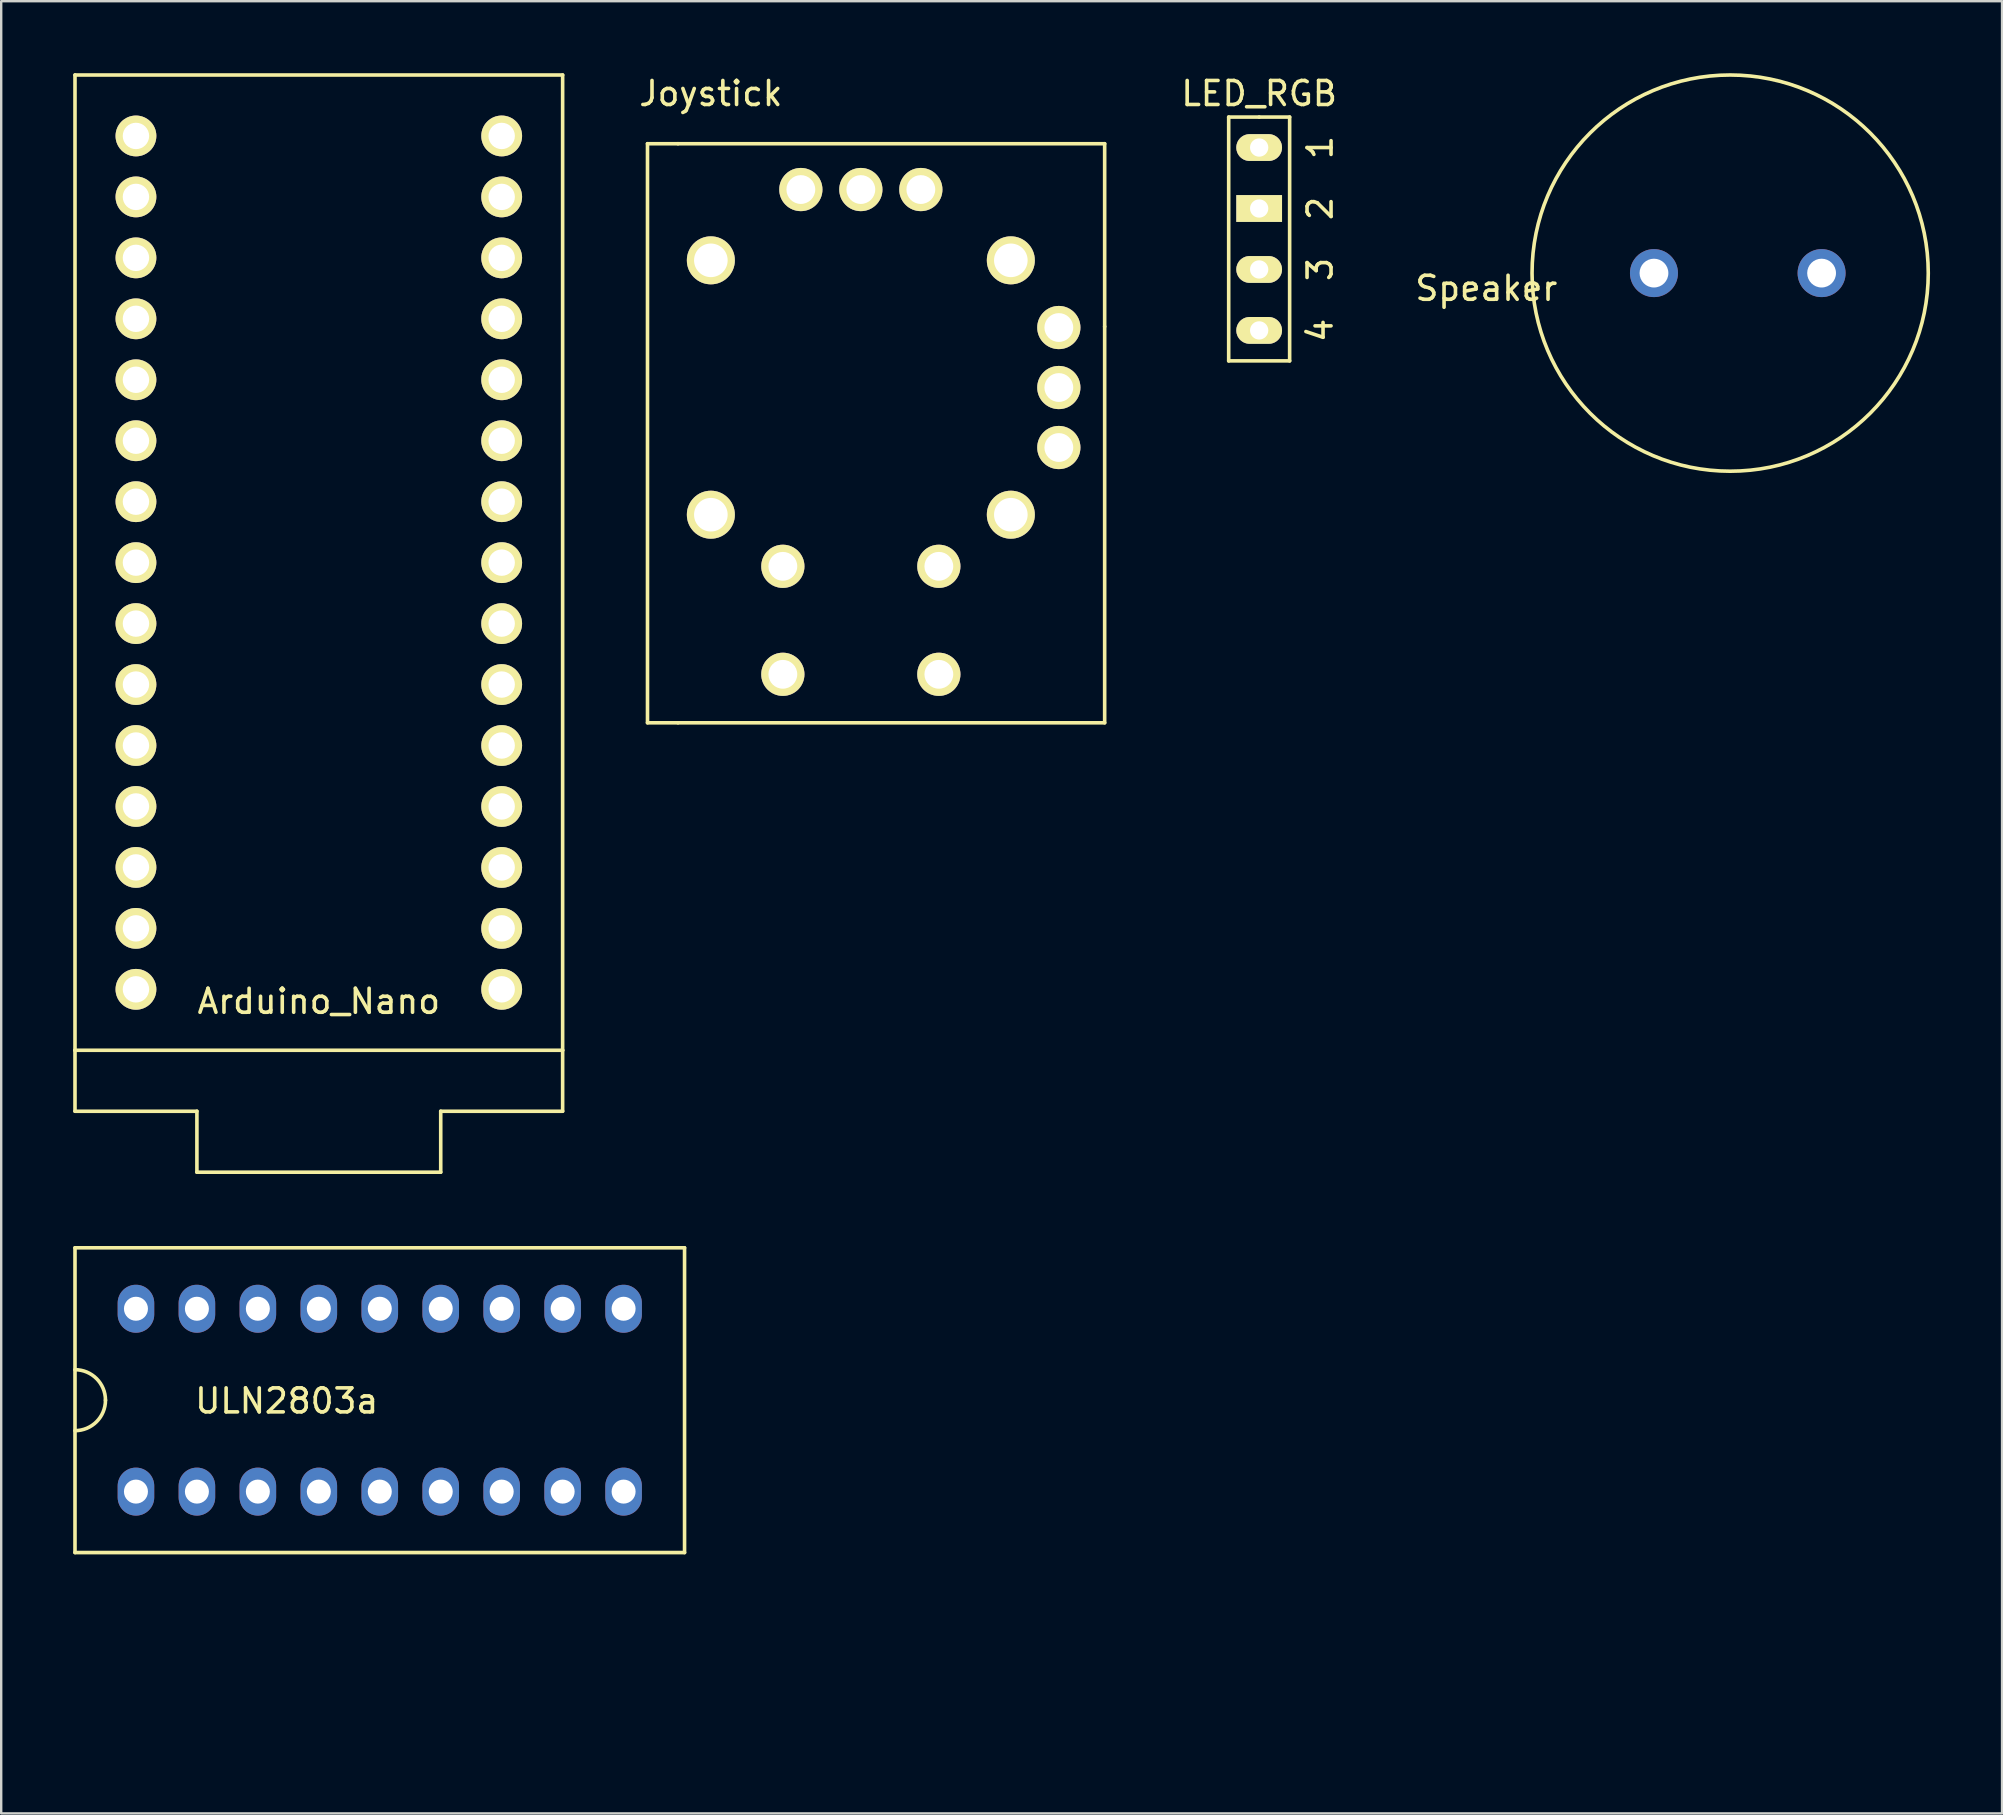
<source format=kicad_pcb>
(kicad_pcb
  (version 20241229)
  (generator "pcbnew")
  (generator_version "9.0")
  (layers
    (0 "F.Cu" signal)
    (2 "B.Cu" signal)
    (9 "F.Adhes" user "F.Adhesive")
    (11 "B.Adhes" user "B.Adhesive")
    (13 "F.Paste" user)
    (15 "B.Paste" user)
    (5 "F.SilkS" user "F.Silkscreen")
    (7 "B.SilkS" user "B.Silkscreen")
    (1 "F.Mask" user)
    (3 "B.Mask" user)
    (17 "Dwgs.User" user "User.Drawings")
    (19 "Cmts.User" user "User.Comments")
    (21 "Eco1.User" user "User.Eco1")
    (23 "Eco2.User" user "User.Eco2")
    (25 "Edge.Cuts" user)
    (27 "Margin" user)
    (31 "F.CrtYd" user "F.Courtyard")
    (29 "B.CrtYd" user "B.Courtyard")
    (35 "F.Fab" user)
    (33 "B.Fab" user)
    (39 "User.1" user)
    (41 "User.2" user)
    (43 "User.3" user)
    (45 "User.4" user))
  (footprint "Arduino_Nano"
    (layer "F.Cu")
    (at 10.235 38.175)
    (property "Reference" "Arduino_Nano" (at 0 0.5 0) (layer "F.SilkS") (effects (font (size 1 1) (thickness 0.15))))
    (attr through_hole)
    (fp_line (start -10.16 -38.1) (end -10.16 2.54) (stroke (width 0.15) (type solid)) (layer "F.SilkS"))
    (fp_line (start -10.16 2.54) (end -10.16 5.08) (stroke (width 0.15) (type solid)) (layer "F.SilkS"))
    (fp_line (start -10.16 2.54) (end 10.16 2.54) (stroke (width 0.15) (type solid)) (layer "F.SilkS"))
    (fp_line (start -10.16 5.08) (end -5.08 5.08) (stroke (width 0.15) (type solid)) (layer "F.SilkS"))
    (fp_line (start -5.08 5.08) (end -5.08 7.62) (stroke (width 0.15) (type solid)) (layer "F.SilkS"))
    (fp_line (start -5.08 7.62) (end 5.08 7.62) (stroke (width 0.15) (type solid)) (layer "F.SilkS"))
    (fp_line (start 5.08 5.08) (end 10.16 5.08) (stroke (width 0.15) (type solid)) (layer "F.SilkS"))
    (fp_line (start 5.08 7.62) (end 5.08 5.08) (stroke (width 0.15) (type solid)) (layer "F.SilkS"))
    (fp_line (start 10.16 -38.1) (end -10.16 -38.1) (stroke (width 0.15) (type solid)) (layer "F.SilkS"))
    (fp_line (start 10.16 2.54) (end 10.16 -38.1) (stroke (width 0.15) (type solid)) (layer "F.SilkS"))
    (fp_line (start 10.16 5.08) (end 10.16 2.54) (stroke (width 0.15) (type solid)) (layer "F.SilkS"))
    (pad "1" thru_hole circle (at -7.62 -35.56) (size 1.7 1.7) (drill 1.1) (layers "*.Cu" "*.Mask" "F.SilkS"))
    (pad "2" thru_hole circle (at -7.62 -33.02) (size 1.7 1.7) (drill 1.1) (layers "*.Cu" "*.Mask" "F.SilkS"))
    (pad "3" thru_hole circle (at -7.62 -30.48) (size 1.7 1.7) (drill 1.1) (layers "*.Cu" "*.Mask" "F.SilkS"))
    (pad "4" thru_hole circle (at -7.62 -27.94) (size 1.7 1.7) (drill 1.1) (layers "*.Cu" "*.Mask" "F.SilkS"))
    (pad "5" thru_hole circle (at -7.62 -25.4) (size 1.7 1.7) (drill 1.1) (layers "*.Cu" "*.Mask" "F.SilkS"))
    (pad "6" thru_hole circle (at -7.62 -22.86) (size 1.7 1.7) (drill 1.1) (layers "*.Cu" "*.Mask" "F.SilkS"))
    (pad "7" thru_hole circle (at -7.62 -20.32) (size 1.7 1.7) (drill 1.1) (layers "*.Cu" "*.Mask" "F.SilkS"))
    (pad "8" thru_hole circle (at -7.62 -17.78) (size 1.7 1.7) (drill 1.1) (layers "*.Cu" "*.Mask" "F.SilkS"))
    (pad "9" thru_hole circle (at -7.62 -15.24) (size 1.7 1.7) (drill 1.1) (layers "*.Cu" "*.Mask" "F.SilkS"))
    (pad "10" thru_hole circle (at -7.62 -12.7) (size 1.7 1.7) (drill 1.1) (layers "*.Cu" "*.Mask" "F.SilkS"))
    (pad "11" thru_hole circle (at -7.62 -10.16) (size 1.7 1.7) (drill 1.1) (layers "*.Cu" "*.Mask" "F.SilkS"))
    (pad "12" thru_hole circle (at -7.62 -7.62) (size 1.7 1.7) (drill 1.1) (layers "*.Cu" "*.Mask" "F.SilkS"))
    (pad "13" thru_hole circle (at -7.62 -5.08) (size 1.7 1.7) (drill 1.1) (layers "*.Cu" "*.Mask" "F.SilkS"))
    (pad "14" thru_hole circle (at -7.62 -2.54) (size 1.7 1.7) (drill 1.1) (layers "*.Cu" "*.Mask" "F.SilkS"))
    (pad "15" thru_hole circle (at -7.62 0) (size 1.7 1.7) (drill 1.1) (layers "*.Cu" "*.Mask" "F.SilkS"))
    (pad "16" thru_hole circle (at 7.62 0) (size 1.7 1.7) (drill 1.1) (layers "*.Cu" "*.Mask" "F.SilkS"))
    (pad "17" thru_hole circle (at 7.62 -2.54) (size 1.7 1.7) (drill 1.1) (layers "*.Cu" "*.Mask" "F.SilkS"))
    (pad "18" thru_hole circle (at 7.62 -5.08) (size 1.7 1.7) (drill 1.1) (layers "*.Cu" "*.Mask" "F.SilkS"))
    (pad "19" thru_hole circle (at 7.62 -7.62) (size 1.7 1.7) (drill 1.1) (layers "*.Cu" "*.Mask" "F.SilkS"))
    (pad "20" thru_hole circle (at 7.62 -10.16) (size 1.7 1.7) (drill 1.1) (layers "*.Cu" "*.Mask" "F.SilkS"))
    (pad "21" thru_hole circle (at 7.62 -12.7) (size 1.7 1.7) (drill 1.1) (layers "*.Cu" "*.Mask" "F.SilkS"))
    (pad "22" thru_hole circle (at 7.62 -15.24) (size 1.7 1.7) (drill 1.1) (layers "*.Cu" "*.Mask" "F.SilkS"))
    (pad "23" thru_hole circle (at 7.62 -17.78) (size 1.7 1.7) (drill 1.1) (layers "*.Cu" "*.Mask" "F.SilkS"))
    (pad "24" thru_hole circle (at 7.62 -20.32) (size 1.7 1.7) (drill 1.1) (layers "*.Cu" "*.Mask" "F.SilkS"))
    (pad "25" thru_hole circle (at 7.62 -22.86) (size 1.7 1.7) (drill 1.1) (layers "*.Cu" "*.Mask" "F.SilkS"))
    (pad "26" thru_hole circle (at 7.62 -25.4) (size 1.7 1.7) (drill 1.1) (layers "*.Cu" "*.Mask" "F.SilkS"))
    (pad "27" thru_hole circle (at 7.62 -27.94) (size 1.7 1.7) (drill 1.1) (layers "*.Cu" "*.Mask" "F.SilkS"))
    (pad "28" thru_hole circle (at 7.62 -30.48) (size 1.7 1.7) (drill 1.1) (layers "*.Cu" "*.Mask" "F.SilkS"))
    (pad "29" thru_hole circle (at 7.62 -33.02) (size 1.7 1.7) (drill 1.1) (layers "*.Cu" "*.Mask" "F.SilkS"))
    (pad "30" thru_hole circle (at 7.62 -35.56) (size 1.7 1.7) (drill 1.1) (layers "*.Cu" "*.Mask" "F.SilkS")))
  (footprint "Joystick"
    (layer "F.Cu")
    (at 32.821 13.098)
    (property "Reference" "Joystick" (at -6.25 -12.25 0) (layer "F.SilkS") (effects (font (size 1 1) (thickness 0.15))))
    (attr through_hole)
    (fp_line (start -8.89 -10.16) (end -8.89 13.97) (stroke (width 0.15) (type solid)) (layer "F.SilkS"))
    (fp_line (start -8.89 13.97) (end -7.62 13.97) (stroke (width 0.15) (type solid)) (layer "F.SilkS"))
    (fp_line (start -7.62 -10.16) (end -8.89 -10.16) (stroke (width 0.15) (type solid)) (layer "F.SilkS"))
    (fp_line (start -7.62 13.97) (end 10.16 13.97) (stroke (width 0.15) (type solid)) (layer "F.SilkS"))
    (fp_line (start 10.16 -10.16) (end -7.62 -10.16) (stroke (width 0.15) (type solid)) (layer "F.SilkS"))
    (fp_line (start 10.16 -2.54) (end 10.16 -10.16) (stroke (width 0.15) (type solid)) (layer "F.SilkS"))
    (fp_line (start 10.16 13.97) (end 10.16 -2.54) (stroke (width 0.15) (type solid)) (layer "F.SilkS"))
    (pad "" thru_hole circle (at -6.25 -5.3) (size 2 2) (drill 1.4) (layers "*.Cu" "*.Mask" "F.SilkS"))
    (pad "" thru_hole circle (at -6.25 5.3) (size 2 2) (drill 1.4) (layers "*.Cu" "*.Mask" "F.SilkS"))
    (pad "" thru_hole circle (at -3.25 7.45) (size 1.8 1.8) (drill 1.2) (layers "*.Cu" "*.Mask" "F.SilkS"))
    (pad "" thru_hole circle (at 3.25 11.95) (size 1.8 1.8) (drill 1.2) (layers "*.Cu" "*.Mask" "F.SilkS"))
    (pad "" thru_hole circle (at 6.25 -5.3) (size 2 2) (drill 1.4) (layers "*.Cu" "*.Mask" "F.SilkS"))
    (pad "" thru_hole circle (at 6.25 5.3) (size 2 2) (drill 1.4) (layers "*.Cu" "*.Mask" "F.SilkS"))
    (pad "1" thru_hole circle (at 8.25 2.5) (size 1.8 1.8) (drill 1.2) (layers "*.Cu" "*.Mask" "F.SilkS"))
    (pad "2" thru_hole circle (at 8.25 0) (size 1.8 1.8) (drill 1.2) (layers "*.Cu" "*.Mask" "F.SilkS"))
    (pad "3" thru_hole circle (at 8.25 -2.5) (size 1.8 1.8) (drill 1.2) (layers "*.Cu" "*.Mask" "F.SilkS"))
    (pad "4" thru_hole circle (at 2.5 -8.25) (size 1.8 1.8) (drill 1.2) (layers "*.Cu" "*.Mask" "F.SilkS"))
    (pad "5" thru_hole circle (at 0 -8.25) (size 1.8 1.8) (drill 1.2) (layers "*.Cu" "*.Mask" "F.SilkS"))
    (pad "6" thru_hole circle (at -2.5 -8.25) (size 1.8 1.8) (drill 1.2) (layers "*.Cu" "*.Mask" "F.SilkS"))
    (pad "7" thru_hole circle (at 3.25 7.45) (size 1.8 1.8) (drill 1.2) (layers "*.Cu" "*.Mask" "F.SilkS"))
    (pad "8" thru_hole circle (at -3.25 11.95) (size 1.8 1.8) (drill 1.2) (layers "*.Cu" "*.Mask" "F.SilkS")))
  (footprint "LED_RGB"
    (layer "F.Cu")
    (at 49.419 3.098)
    (property "Reference" "LED_RGB" (at 0 -2.25 0) (layer "F.SilkS") (effects (font (size 1 1) (thickness 0.15))))
    (attr through_hole)
    (fp_line (start -1.27 -1.27) (end -1.27 8.89) (stroke (width 0.15) (type solid)) (layer "F.SilkS"))
    (fp_line (start -1.27 8.89) (end 1.27 8.89) (stroke (width 0.15) (type solid)) (layer "F.SilkS"))
    (fp_line (start 0 -1.27) (end -1.27 -1.27) (stroke (width 0.15) (type solid)) (layer "F.SilkS"))
    (fp_line (start 1.27 -1.27) (end 0 -1.27) (stroke (width 0.15) (type solid)) (layer "F.SilkS"))
    (fp_line (start 1.27 8.89) (end 1.27 -1.27) (stroke (width 0.15) (type solid)) (layer "F.SilkS"))
    (fp_text user "4" (at 2.54 7.62 90) (layer "F.SilkS") (effects (font (size 1 1) (thickness 0.15))))
    (fp_text user "3" (at 2.54 5.08 90) (layer "F.SilkS") (effects (font (size 1 1) (thickness 0.15))))
    (fp_text user "2" (at 2.54 2.54 90) (layer "F.SilkS") (effects (font (size 1 1) (thickness 0.15))))
    (fp_text user "1" (at 2.54 0 270) (layer "F.SilkS") (effects (font (size 1 1) (thickness 0.15))))
    (pad "1" thru_hole oval (at 0 0) (size 1.905 1.118) (drill 0.762) (layers "*.Cu" "*.Mask" "F.SilkS"))
    (pad "2" thru_hole rect (at 0 2.54) (size 1.905 1.118) (drill 0.762) (layers "*.Cu" "*.Mask" "F.SilkS"))
    (pad "3" thru_hole oval (at 0 5.08) (size 1.905 1.118) (drill 0.762) (layers "*.Cu" "*.Mask" "F.SilkS"))
    (pad "4" thru_hole oval (at 0 7.62) (size 1.905 1.118) (drill 0.762) (layers "*.Cu" "*.Mask" "F.SilkS")))
  (footprint "ULN2803a"
    (layer "F.Cu")
    (at 15.315 69.265)
    (property "Reference" "ULN2803a" (at -6.419 -13.938 180) (layer "F.SilkS") (effects (font (size 1 1) (thickness 0.15))))
    (attr exclude_from_pos_files exclude_from_bom)
    (fp_line (start -15.24 -20.32) (end 10.16 -20.32) (stroke (width 0.15) (type solid)) (layer "F.SilkS"))
    (fp_line (start -15.24 -7.62) (end -15.24 -20.32) (stroke (width 0.15) (type solid)) (layer "F.SilkS"))
    (fp_line (start 10.16 -20.32) (end 10.16 -7.62) (stroke (width 0.15) (type solid)) (layer "F.SilkS"))
    (fp_line (start 10.16 -7.62) (end -15.24 -7.62) (stroke (width 0.15) (type solid)) (layer "F.SilkS"))
    (fp_arc (start -15.24 -15.24) (mid -14.341974 -14.868026) (end -13.97 -13.97) (stroke (width 0.15) (type solid)) (layer "F.SilkS"))
    (fp_arc (start -13.97 -13.97) (mid -14.341974 -13.071974) (end -15.24 -12.7) (stroke (width 0.15) (type solid)) (layer "F.SilkS"))
    (pad "1" thru_hole oval (at -12.7 -10.16) (size 1.524 2) (drill 1) (layers "*.Cu" "*.Mask"))
    (pad "2" thru_hole oval (at -10.16 -10.16) (size 1.524 2) (drill 1) (layers "*.Cu" "*.Mask"))
    (pad "3" thru_hole oval (at -7.62 -10.16) (size 1.524 2) (drill 1) (layers "*.Cu" "*.Mask"))
    (pad "4" thru_hole oval (at -5.08 -10.16) (size 1.524 2) (drill 1) (layers "*.Cu" "*.Mask"))
    (pad "5" thru_hole oval (at -2.54 -10.16) (size 1.524 2) (drill 1) (layers "*.Cu" "*.Mask"))
    (pad "6" thru_hole oval (at 0 -10.16) (size 1.524 2) (drill 1) (layers "*.Cu" "*.Mask"))
    (pad "7" thru_hole oval (at 2.54 -10.16) (size 1.524 2) (drill 1) (layers "*.Cu" "*.Mask"))
    (pad "8" thru_hole oval (at 5.08 -10.16) (size 1.524 2) (drill 1) (layers "*.Cu" "*.Mask"))
    (pad "9" thru_hole oval (at 7.62 -10.16) (size 1.524 2) (drill 1) (layers "*.Cu" "*.Mask"))
    (pad "10" thru_hole oval (at 7.62 -17.78) (size 1.524 2) (drill 1) (layers "*.Cu" "*.Mask"))
    (pad "11" thru_hole oval (at 5.08 -17.78) (size 1.524 2) (drill 1) (layers "*.Cu" "*.Mask"))
    (pad "12" thru_hole oval (at 2.54 -17.78) (size 1.524 2) (drill 1) (layers "*.Cu" "*.Mask"))
    (pad "13" thru_hole oval (at 0 -17.78) (size 1.524 2) (drill 1) (layers "*.Cu" "*.Mask"))
    (pad "14" thru_hole oval (at -2.54 -17.78) (size 1.524 2) (drill 1) (layers "*.Cu" "*.Mask"))
    (pad "15" thru_hole oval (at -5.08 -17.78) (size 1.524 2) (drill 1) (layers "*.Cu" "*.Mask"))
    (pad "16" thru_hole oval (at -7.62 -17.78) (size 1.524 2) (drill 1) (layers "*.Cu" "*.Mask"))
    (pad "17" thru_hole oval (at -10.16 -17.78) (size 1.524 2) (drill 1) (layers "*.Cu" "*.Mask"))
    (pad "18" thru_hole oval (at -12.7 -17.78) (size 1.524 2) (drill 1) (layers "*.Cu" "*.Mask")))
  (footprint "Speaker"
    (layer "F.Cu")
    (at 69.045 8.33)
    (property "Reference" "Speaker" (at -10.16 0.635 0) (layer "F.SilkS") (effects (font (size 1 1) (thickness 0.15))))
    (attr through_hole)
    (fp_circle (center 0 0) (end 0 -8.255) (stroke (width 0.15) (type solid)) (fill no) (layer "F.SilkS"))
    (pad "1" thru_hole circle (at -3.175 0) (size 2 2) (drill 1.2) (layers "*.Cu" "*.Mask"))
    (pad "2" thru_hole circle (at 3.81 0) (size 2 2) (drill 1.2) (layers "*.Cu" "*.Mask")))
  (gr_rect
    (start -3 -3)
    (end 80.375 72.515)
    (stroke (width 0.1) (type default))
    (fill no)
    (layer "Edge.Cuts")))
</source>
